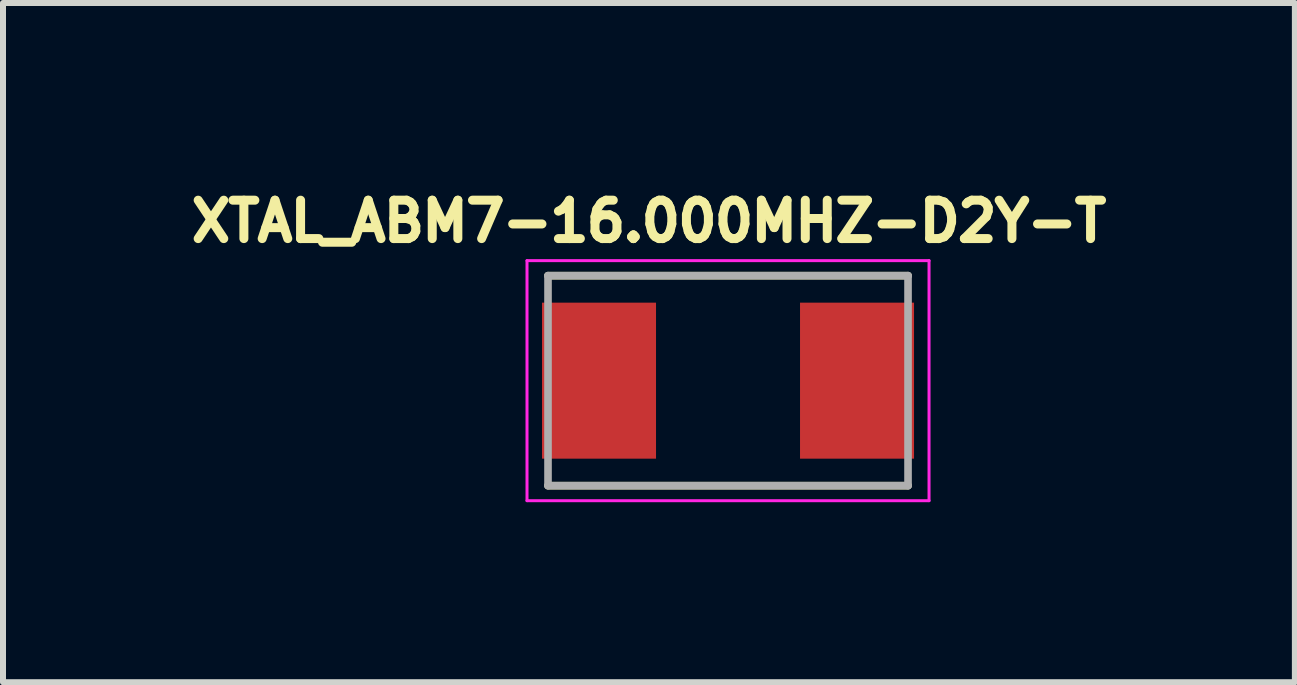
<source format=kicad_pcb>
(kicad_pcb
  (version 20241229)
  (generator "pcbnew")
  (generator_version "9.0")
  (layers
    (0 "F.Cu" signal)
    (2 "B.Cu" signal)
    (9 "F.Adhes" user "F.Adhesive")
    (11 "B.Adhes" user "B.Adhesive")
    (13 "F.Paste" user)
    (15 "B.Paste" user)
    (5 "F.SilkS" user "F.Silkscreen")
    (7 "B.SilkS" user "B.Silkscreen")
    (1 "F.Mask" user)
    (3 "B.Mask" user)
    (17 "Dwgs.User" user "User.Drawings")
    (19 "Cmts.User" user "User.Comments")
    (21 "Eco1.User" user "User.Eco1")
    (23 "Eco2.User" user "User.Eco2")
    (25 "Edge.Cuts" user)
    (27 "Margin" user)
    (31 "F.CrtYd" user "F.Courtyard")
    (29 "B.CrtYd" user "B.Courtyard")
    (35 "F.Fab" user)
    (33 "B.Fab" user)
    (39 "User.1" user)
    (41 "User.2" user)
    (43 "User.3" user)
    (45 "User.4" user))
  (footprint "XTAL_ABM7-16.000MHZ-D2Y-T"
    (layer "F.Cu")
    (at 9.083 3.294)
    (property "Reference" "XTAL_ABM7-16.000MHZ-D2Y-T" (at -1.318 -2.656 0) (layer "F.SilkS") (effects (font (size 0.64 0.64) (thickness 0.15))))
    (attr smd)
    (fp_line (start -3 -1.75) (end 3 -1.75) (stroke (width 0.127) (type solid)) (layer "F.SilkS"))
    (fp_line (start -3 1.75) (end 3 1.75) (stroke (width 0.127) (type solid)) (layer "F.SilkS"))
    (fp_line (start -3.35 -2) (end -3.35 2) (stroke (width 0.05) (type solid)) (layer "F.CrtYd"))
    (fp_line (start -3.35 2) (end 3.35 2) (stroke (width 0.05) (type solid)) (layer "F.CrtYd"))
    (fp_line (start 3.35 -2) (end -3.35 -2) (stroke (width 0.05) (type solid)) (layer "F.CrtYd"))
    (fp_line (start 3.35 2) (end 3.35 -2) (stroke (width 0.05) (type solid)) (layer "F.CrtYd"))
    (fp_line (start -3 -1.75) (end -3 1.75) (stroke (width 0.127) (type solid)) (layer "F.Fab"))
    (fp_line (start -3 -1.75) (end 3 -1.75) (stroke (width 0.127) (type solid)) (layer "F.Fab"))
    (fp_line (start -3 1.75) (end 3 1.75) (stroke (width 0.127) (type solid)) (layer "F.Fab"))
    (fp_line (start 3 -1.75) (end 3 1.75) (stroke (width 0.127) (type solid)) (layer "F.Fab"))
    (pad "1" smd rect (at -2.15 0) (size 1.9 2.6) (layers "F.Cu" "F.Mask" "F.Paste"))
    (pad "2" smd rect (at 2.15 0) (size 1.9 2.6) (layers "F.Cu" "F.Mask" "F.Paste")))
  (gr_rect
    (start -3 -3)
    (end 18.53 8.319)
    (stroke (width 0.1) (type default))
    (fill no)
    (layer "Edge.Cuts")))
</source>
